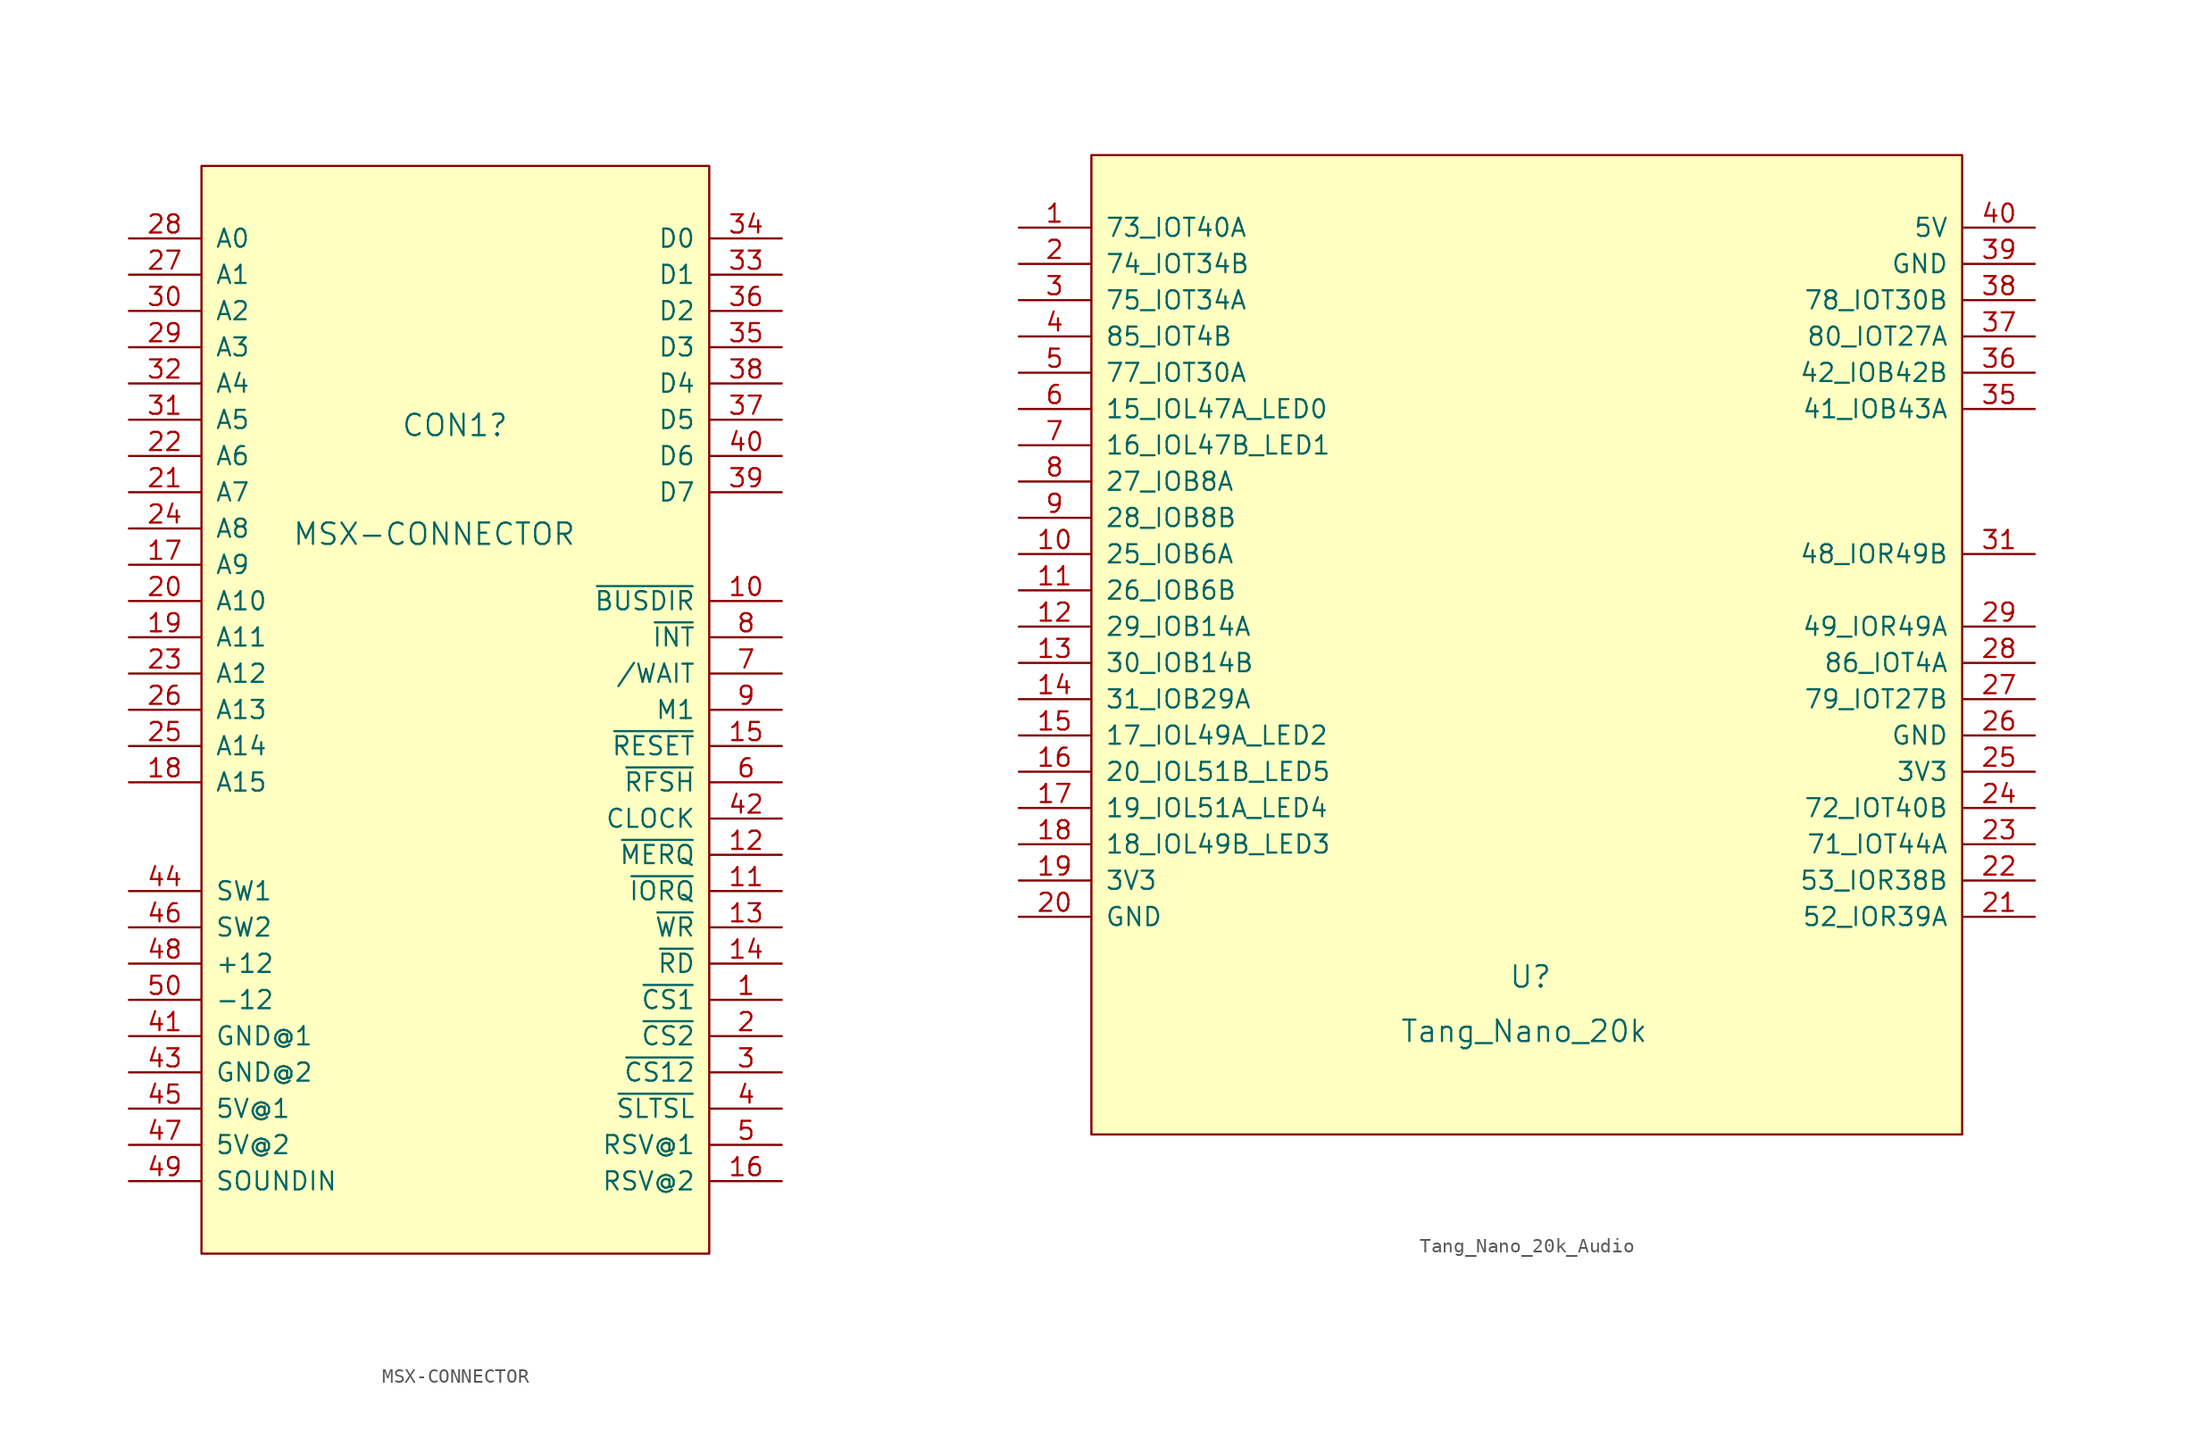
<source format=kicad_sym>
(kicad_symbol_lib
  (version 20231120)
  (generator "kicad_symbol_editor")
  (generator_version "8.0")
  (symbol "MSX-CONNECTOR"
    (pin_names
      (offset 1.016))
    (property "Reference" "CON1"
      (at -3.81 19.05 0)
      (effects (font (size 1.499 1.499)) (justify left bottom)))
    (property "Value" "MSX-CONNECTOR"
      (at -11.43 11.43 0)
      (effects (font (size 1.499 1.499)) (justify left bottom)))
    (property "ki_locked" ""
      (at 0 0 0)
      (effects (font (size 1.27 1.27))))
    (symbol "MSX-CONNECTOR_1_0"
      (pin bidirectional line (at 22.86 -20.32 180) (length 5) (name "~{CS1}" (effects (font (size 1.27 1.27)))) (number "1" (effects (font (size 1.27 1.27)))))
      (pin bidirectional line (at 22.86 7.62 180) (length 5) (name "~{BUSDIR}" (effects (font (size 1.27 1.27)))) (number "10" (effects (font (size 1.27 1.27)))))
      (pin bidirectional line (at 22.86 -12.7 180) (length 5) (name "~{IORQ}" (effects (font (size 1.27 1.27)))) (number "11" (effects (font (size 1.27 1.27)))))
      (pin bidirectional line (at 22.86 -10.16 180) (length 5) (name "~{MERQ}" (effects (font (size 1.27 1.27)))) (number "12" (effects (font (size 1.27 1.27)))))
      (pin bidirectional line (at 22.86 -15.24 180) (length 5) (name "~{WR}" (effects (font (size 1.27 1.27)))) (number "13" (effects (font (size 1.27 1.27)))))
      (pin bidirectional line (at 22.86 -17.78 180) (length 5) (name "~{RD}" (effects (font (size 1.27 1.27)))) (number "14" (effects (font (size 1.27 1.27)))))
      (pin bidirectional line (at 22.86 -2.54 180) (length 5) (name "~{RESET}" (effects (font (size 1.27 1.27)))) (number "15" (effects (font (size 1.27 1.27)))))
      (pin bidirectional line (at 22.86 -33.02 180) (length 5) (name "RSV@2" (effects (font (size 1.27 1.27)))) (number "16" (effects (font (size 1.27 1.27)))))
      (pin bidirectional line (at -22.86 10.16 0) (length 5) (name "A9" (effects (font (size 1.27 1.27)))) (number "17" (effects (font (size 1.27 1.27)))))
      (pin bidirectional line (at -22.86 -5.08 0) (length 5) (name "A15" (effects (font (size 1.27 1.27)))) (number "18" (effects (font (size 1.27 1.27)))))
      (pin bidirectional line (at -22.86 5.08 0) (length 5) (name "A11" (effects (font (size 1.27 1.27)))) (number "19" (effects (font (size 1.27 1.27)))))
      (pin bidirectional line (at 22.86 -22.86 180) (length 5) (name "~{CS2}" (effects (font (size 1.27 1.27)))) (number "2" (effects (font (size 1.27 1.27)))))
      (pin bidirectional line (at -22.86 7.62 0) (length 5) (name "A10" (effects (font (size 1.27 1.27)))) (number "20" (effects (font (size 1.27 1.27)))))
      (pin bidirectional line (at -22.86 15.24 0) (length 5) (name "A7" (effects (font (size 1.27 1.27)))) (number "21" (effects (font (size 1.27 1.27)))))
      (pin bidirectional line (at -22.86 17.78 0) (length 5) (name "A6" (effects (font (size 1.27 1.27)))) (number "22" (effects (font (size 1.27 1.27)))))
      (pin bidirectional line (at -22.86 2.54 0) (length 5) (name "A12" (effects (font (size 1.27 1.27)))) (number "23" (effects (font (size 1.27 1.27)))))
      (pin bidirectional line (at -22.86 12.7 0) (length 5) (name "A8" (effects (font (size 1.27 1.27)))) (number "24" (effects (font (size 1.27 1.27)))))
      (pin bidirectional line (at -22.86 -2.54 0) (length 5) (name "A14" (effects (font (size 1.27 1.27)))) (number "25" (effects (font (size 1.27 1.27)))))
      (pin bidirectional line (at -22.86 0 0) (length 5) (name "A13" (effects (font (size 1.27 1.27)))) (number "26" (effects (font (size 1.27 1.27)))))
      (pin bidirectional line (at -22.86 30.48 0) (length 5) (name "A1" (effects (font (size 1.27 1.27)))) (number "27" (effects (font (size 1.27 1.27)))))
      (pin bidirectional line (at -22.86 33.02 0) (length 5) (name "A0" (effects (font (size 1.27 1.27)))) (number "28" (effects (font (size 1.27 1.27)))))
      (pin bidirectional line (at -22.86 25.4 0) (length 5) (name "A3" (effects (font (size 1.27 1.27)))) (number "29" (effects (font (size 1.27 1.27)))))
      (pin bidirectional line (at 22.86 -25.4 180) (length 5) (name "~{CS12}" (effects (font (size 1.27 1.27)))) (number "3" (effects (font (size 1.27 1.27)))))
      (pin bidirectional line (at -22.86 27.94 0) (length 5) (name "A2" (effects (font (size 1.27 1.27)))) (number "30" (effects (font (size 1.27 1.27)))))
      (pin bidirectional line (at -22.86 20.32 0) (length 5) (name "A5" (effects (font (size 1.27 1.27)))) (number "31" (effects (font (size 1.27 1.27)))))
      (pin bidirectional line (at -22.86 22.86 0) (length 5) (name "A4" (effects (font (size 1.27 1.27)))) (number "32" (effects (font (size 1.27 1.27)))))
      (pin bidirectional line (at 22.86 30.48 180) (length 5) (name "D1" (effects (font (size 1.27 1.27)))) (number "33" (effects (font (size 1.27 1.27)))))
      (pin bidirectional line (at 22.86 33.02 180) (length 5) (name "D0" (effects (font (size 1.27 1.27)))) (number "34" (effects (font (size 1.27 1.27)))))
      (pin bidirectional line (at 22.86 25.4 180) (length 5) (name "D3" (effects (font (size 1.27 1.27)))) (number "35" (effects (font (size 1.27 1.27)))))
      (pin bidirectional line (at 22.86 27.94 180) (length 5) (name "D2" (effects (font (size 1.27 1.27)))) (number "36" (effects (font (size 1.27 1.27)))))
      (pin bidirectional line (at 22.86 20.32 180) (length 5) (name "D5" (effects (font (size 1.27 1.27)))) (number "37" (effects (font (size 1.27 1.27)))))
      (pin bidirectional line (at 22.86 22.86 180) (length 5) (name "D4" (effects (font (size 1.27 1.27)))) (number "38" (effects (font (size 1.27 1.27)))))
      (pin bidirectional line (at 22.86 15.24 180) (length 5) (name "D7" (effects (font (size 1.27 1.27)))) (number "39" (effects (font (size 1.27 1.27)))))
      (pin bidirectional line (at 22.86 -27.94 180) (length 5) (name "~{SLTSL}" (effects (font (size 1.27 1.27)))) (number "4" (effects (font (size 1.27 1.27)))))
      (pin bidirectional line (at 22.86 17.78 180) (length 5) (name "D6" (effects (font (size 1.27 1.27)))) (number "40" (effects (font (size 1.27 1.27)))))
      (pin bidirectional line (at -22.86 -22.86 0) (length 5) (name "GND@1" (effects (font (size 1.27 1.27)))) (number "41" (effects (font (size 1.27 1.27)))))
      (pin bidirectional line (at 22.86 -7.62 180) (length 5) (name "CLOCK" (effects (font (size 1.27 1.27)))) (number "42" (effects (font (size 1.27 1.27)))))
      (pin bidirectional line (at -22.86 -25.4 0) (length 5) (name "GND@2" (effects (font (size 1.27 1.27)))) (number "43" (effects (font (size 1.27 1.27)))))
      (pin bidirectional line (at -22.86 -12.7 0) (length 5) (name "SW1" (effects (font (size 1.27 1.27)))) (number "44" (effects (font (size 1.27 1.27)))))
      (pin bidirectional line (at -22.86 -27.94 0) (length 5) (name "5V@1" (effects (font (size 1.27 1.27)))) (number "45" (effects (font (size 1.27 1.27)))))
      (pin bidirectional line (at -22.86 -15.24 0) (length 5) (name "SW2" (effects (font (size 1.27 1.27)))) (number "46" (effects (font (size 1.27 1.27)))))
      (pin bidirectional line (at -22.86 -30.48 0) (length 5) (name "5V@2" (effects (font (size 1.27 1.27)))) (number "47" (effects (font (size 1.27 1.27)))))
      (pin bidirectional line (at -22.86 -17.78 0) (length 5) (name "+12" (effects (font (size 1.27 1.27)))) (number "48" (effects (font (size 1.27 1.27)))))
      (pin bidirectional line (at -22.86 -33.02 0) (length 5) (name "SOUNDIN" (effects (font (size 1.27 1.27)))) (number "49" (effects (font (size 1.27 1.27)))))
      (pin bidirectional line (at 22.86 -30.48 180) (length 5) (name "RSV@1" (effects (font (size 1.27 1.27)))) (number "5" (effects (font (size 1.27 1.27)))))
      (pin bidirectional line (at -22.86 -20.32 0) (length 5) (name "-12" (effects (font (size 1.27 1.27)))) (number "50" (effects (font (size 1.27 1.27)))))
      (pin bidirectional line (at 22.86 -5.08 180) (length 5) (name "~{RFSH}" (effects (font (size 1.27 1.27)))) (number "6" (effects (font (size 1.27 1.27)))))
      (pin bidirectional line (at 22.86 2.54 180) (length 5) (name "/WAIT" (effects (font (size 1.27 1.27)))) (number "7" (effects (font (size 1.27 1.27)))))
      (pin bidirectional line (at 22.86 5.08 180) (length 5) (name "~{INT}" (effects (font (size 1.27 1.27)))) (number "8" (effects (font (size 1.27 1.27)))))
      (pin bidirectional line (at 22.86 0 180) (length 5) (name "M1" (effects (font (size 1.27 1.27)))) (number "9" (effects (font (size 1.27 1.27))))))
    (symbol "MSX-CONNECTOR_1_1"
      (rectangle (start -17.78 38.1) (end 17.78 -38.1) (stroke (width 0) (type default)) (fill (type background)))))
  (symbol "Tang_Nano_20k_Audio"
    (pin_names
      (offset 1.016))
    (property "Reference" "U"
      (at -1.27 -25.4 0)
      (effects (font (size 1.499 1.499)) (justify left bottom)))
    (property "Value" "Tang_Nano_20k"
      (at -8.89 -29.21 0)
      (effects (font (size 1.499 1.499)) (justify left bottom)))
    (symbol "Tang_Nano_20k_Audio_1_0"
      (pin bidirectional line (at -35.56 27.94 0) (length 5) (name "73_IOT40A" (effects (font (size 1.27 1.27)))) (number "1" (effects (font (size 1.27 1.27)))))
      (pin bidirectional line (at -35.56 5.08 0) (length 5) (name "25_IOB6A" (effects (font (size 1.27 1.27)))) (number "10" (effects (font (size 1.27 1.27)))))
      (pin bidirectional line (at -35.56 2.54 0) (length 5) (name "26_IOB6B" (effects (font (size 1.27 1.27)))) (number "11" (effects (font (size 1.27 1.27)))))
      (pin bidirectional line (at -35.56 0 0) (length 5) (name "29_IOB14A" (effects (font (size 1.27 1.27)))) (number "12" (effects (font (size 1.27 1.27)))))
      (pin bidirectional line (at -35.56 -2.54 0) (length 5) (name "30_IOB14B" (effects (font (size 1.27 1.27)))) (number "13" (effects (font (size 1.27 1.27)))))
      (pin bidirectional line (at -35.56 -5.08 0) (length 5) (name "31_IOB29A" (effects (font (size 1.27 1.27)))) (number "14" (effects (font (size 1.27 1.27)))))
      (pin bidirectional line (at -35.56 -7.62 0) (length 5) (name "17_IOL49A_LED2" (effects (font (size 1.27 1.27)))) (number "15" (effects (font (size 1.27 1.27)))))
      (pin bidirectional line (at -35.56 -10.16 0) (length 5) (name "20_IOL51B_LED5" (effects (font (size 1.27 1.27)))) (number "16" (effects (font (size 1.27 1.27)))))
      (pin bidirectional line (at -35.56 -12.7 0) (length 5) (name "19_IOL51A_LED4" (effects (font (size 1.27 1.27)))) (number "17" (effects (font (size 1.27 1.27)))))
      (pin bidirectional line (at -35.56 -15.24 0) (length 5) (name "18_IOL49B_LED3" (effects (font (size 1.27 1.27)))) (number "18" (effects (font (size 1.27 1.27)))))
      (pin bidirectional line (at -35.56 -17.78 0) (length 5) (name "3V3" (effects (font (size 1.27 1.27)))) (number "19" (effects (font (size 1.27 1.27)))))
      (pin bidirectional line (at -35.56 25.4 0) (length 5) (name "74_IOT34B" (effects (font (size 1.27 1.27)))) (number "2" (effects (font (size 1.27 1.27)))))
      (pin bidirectional line (at -35.56 -20.32 0) (length 5) (name "GND" (effects (font (size 1.27 1.27)))) (number "20" (effects (font (size 1.27 1.27)))))
      (pin bidirectional line (at 35.56 -20.32 180) (length 5) (name "52_IOR39A" (effects (font (size 1.27 1.27)))) (number "21" (effects (font (size 1.27 1.27)))))
      (pin bidirectional line (at 35.56 -17.78 180) (length 5) (name "53_IOR38B" (effects (font (size 1.27 1.27)))) (number "22" (effects (font (size 1.27 1.27)))))
      (pin bidirectional line (at 35.56 -15.24 180) (length 5) (name "71_IOT44A" (effects (font (size 1.27 1.27)))) (number "23" (effects (font (size 1.27 1.27)))))
      (pin bidirectional line (at 35.56 -12.7 180) (length 5) (name "72_IOT40B" (effects (font (size 1.27 1.27)))) (number "24" (effects (font (size 1.27 1.27)))))
      (pin bidirectional line (at 35.56 -10.16 180) (length 5) (name "3V3" (effects (font (size 1.27 1.27)))) (number "25" (effects (font (size 1.27 1.27)))))
      (pin bidirectional line (at 35.56 -7.62 180) (length 5) (name "GND" (effects (font (size 1.27 1.27)))) (number "26" (effects (font (size 1.27 1.27)))))
      (pin bidirectional line (at 35.56 -5.08 180) (length 5) (name "79_IOT27B" (effects (font (size 1.27 1.27)))) (number "27" (effects (font (size 1.27 1.27)))))
      (pin bidirectional line (at 35.56 -2.54 180) (length 5) (name "86_IOT4A" (effects (font (size 1.27 1.27)))) (number "28" (effects (font (size 1.27 1.27)))))
      (pin bidirectional line (at 35.56 0 180) (length 5) (name "49_IOR49A" (effects (font (size 1.27 1.27)))) (number "29" (effects (font (size 1.27 1.27)))))
      (pin bidirectional line (at -35.56 22.86 0) (length 5) (name "75_IOT34A" (effects (font (size 1.27 1.27)))) (number "3" (effects (font (size 1.27 1.27)))))
      (pin bidirectional line (at 35.56 5.08 180) (length 5) (name "48_IOR49B" (effects (font (size 1.27 1.27)))) (number "31" (effects (font (size 1.27 1.27)))))
      (pin bidirectional line (at 35.56 15.24 180) (length 5) (name "41_IOB43A" (effects (font (size 1.27 1.27)))) (number "35" (effects (font (size 1.27 1.27)))))
      (pin bidirectional line (at 35.56 17.78 180) (length 5) (name "42_IOB42B" (effects (font (size 1.27 1.27)))) (number "36" (effects (font (size 1.27 1.27)))))
      (pin bidirectional line (at 35.56 20.32 180) (length 5) (name "80_IOT27A" (effects (font (size 1.27 1.27)))) (number "37" (effects (font (size 1.27 1.27)))))
      (pin bidirectional line (at 35.56 22.86 180) (length 5) (name "78_IOT30B" (effects (font (size 1.27 1.27)))) (number "38" (effects (font (size 1.27 1.27)))))
      (pin bidirectional line (at 35.56 25.4 180) (length 5) (name "GND" (effects (font (size 1.27 1.27)))) (number "39" (effects (font (size 1.27 1.27)))))
      (pin bidirectional line (at -35.56 20.32 0) (length 5) (name "85_IOT4B" (effects (font (size 1.27 1.27)))) (number "4" (effects (font (size 1.27 1.27)))))
      (pin bidirectional line (at 35.56 27.94 180) (length 5) (name "5V" (effects (font (size 1.27 1.27)))) (number "40" (effects (font (size 1.27 1.27)))))
      (pin bidirectional line (at -35.56 17.78 0) (length 5) (name "77_IOT30A" (effects (font (size 1.27 1.27)))) (number "5" (effects (font (size 1.27 1.27)))))
      (pin bidirectional line (at -35.56 15.24 0) (length 5) (name "15_IOL47A_LED0" (effects (font (size 1.27 1.27)))) (number "6" (effects (font (size 1.27 1.27)))))
      (pin bidirectional line (at -35.56 12.7 0) (length 5) (name "16_IOL47B_LED1" (effects (font (size 1.27 1.27)))) (number "7" (effects (font (size 1.27 1.27)))))
      (pin bidirectional line (at -35.56 10.16 0) (length 5) (name "27_IOB8A" (effects (font (size 1.27 1.27)))) (number "8" (effects (font (size 1.27 1.27)))))
      (pin bidirectional line (at -35.56 7.62 0) (length 5) (name "28_IOB8B" (effects (font (size 1.27 1.27)))) (number "9" (effects (font (size 1.27 1.27))))))
    (symbol "Tang_Nano_20k_Audio_1_1"
      (rectangle (start -30.48 33.02) (end 30.48 -35.56) (stroke (width 0) (type default)) (fill (type background))))))
</source>
